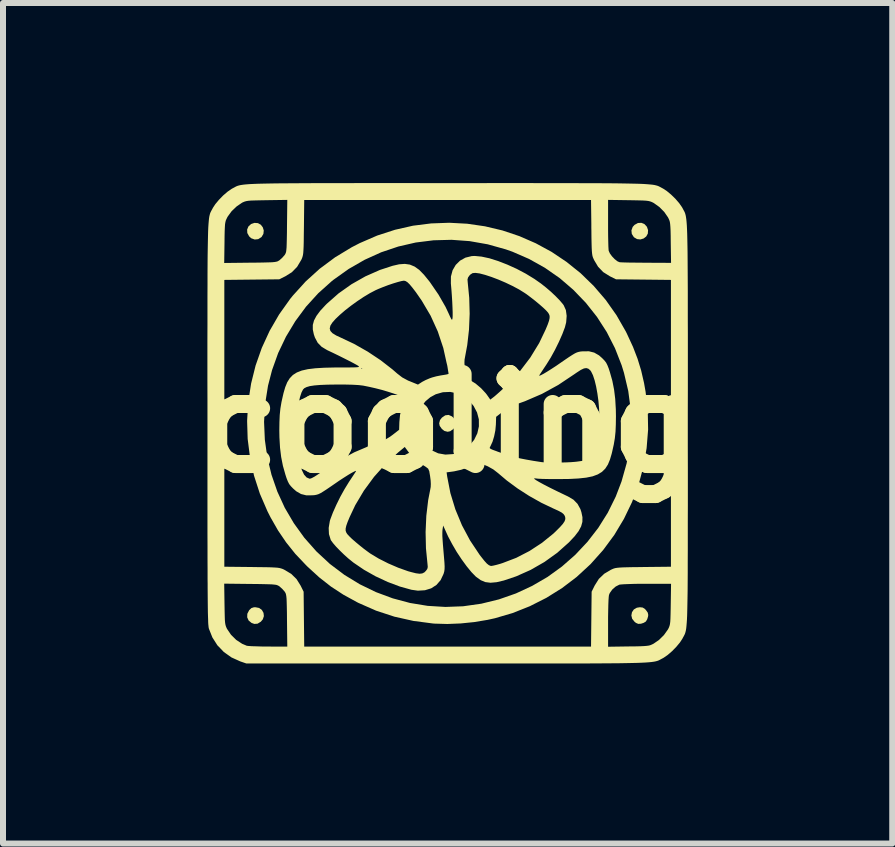
<source format=kicad_pcb>
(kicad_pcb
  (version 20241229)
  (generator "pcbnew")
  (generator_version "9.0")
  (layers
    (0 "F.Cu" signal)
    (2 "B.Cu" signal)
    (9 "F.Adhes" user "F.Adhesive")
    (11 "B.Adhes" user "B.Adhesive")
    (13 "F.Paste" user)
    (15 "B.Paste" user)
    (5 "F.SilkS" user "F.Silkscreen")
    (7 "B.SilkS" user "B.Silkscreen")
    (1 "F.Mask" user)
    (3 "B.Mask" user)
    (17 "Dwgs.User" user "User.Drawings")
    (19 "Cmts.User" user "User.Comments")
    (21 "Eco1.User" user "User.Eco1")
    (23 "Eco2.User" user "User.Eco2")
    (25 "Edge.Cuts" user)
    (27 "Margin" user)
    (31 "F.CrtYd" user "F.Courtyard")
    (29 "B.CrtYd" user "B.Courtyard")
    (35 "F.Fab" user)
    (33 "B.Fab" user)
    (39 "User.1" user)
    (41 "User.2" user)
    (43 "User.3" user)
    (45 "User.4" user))
  (footprint "cooling"
    (layer "F.Cu")
    (at 4.407 4.002)
    (property "Reference" "cooling" (at 0 0 0) (layer "F.SilkS") (effects (font (size 1.5 1.5) (thickness 0.3))))
    (attr board_only exclude_from_pos_files exclude_from_bom)
    (fp_poly (pts (xy -3.16 -3.335) (xy -3.112 -3.308) (xy -3.079 -3.265) (xy -3.063 -3.212) (xy -3.069 -3.156) (xy -3.099 -3.105) (xy -3.102 -3.102) (xy -3.155 -3.068) (xy -3.214 -3.062) (xy -3.272 -3.083) (xy -3.306 -3.114) (xy -3.337 -3.17) (xy -3.34 -3.228) (xy -3.318 -3.28) (xy -3.274 -3.32) (xy -3.218 -3.339)) (stroke (width 0) (type solid)) (fill yes) (layer "F.SilkS"))
    (fp_poly (pts (xy 0.071 -0.116) (xy 0.095 -0.095) (xy 0.132 -0.043) (xy 0.141 0) (xy 0.127 0.054) (xy 0.095 0.095) (xy 0.043 0.132) (xy 0 0.141) (xy -0.054 0.127) (xy -0.095 0.095) (xy -0.132 0.043) (xy -0.141 0) (xy -0.127 -0.054) (xy -0.095 -0.095) (xy -0.04 -0.133) (xy 0.016 -0.14)) (stroke (width 0) (type solid)) (fill yes) (layer "F.SilkS"))
    (fp_poly (pts (xy 3.28 -3.318) (xy 3.32 -3.274) (xy 3.339 -3.218) (xy 3.335 -3.16) (xy 3.308 -3.112) (xy 3.265 -3.079) (xy 3.212 -3.063) (xy 3.156 -3.069) (xy 3.105 -3.099) (xy 3.102 -3.102) (xy 3.068 -3.155) (xy 3.062 -3.214) (xy 3.083 -3.272) (xy 3.114 -3.306) (xy 3.17 -3.337) (xy 3.228 -3.34)) (stroke (width 0) (type solid)) (fill yes) (layer "F.SilkS"))
    (fp_poly (pts (xy -3.14 3.076) (xy -3.094 3.11) (xy -3.067 3.158) (xy -3.061 3.212) (xy -3.079 3.266) (xy -3.112 3.305) (xy -3.166 3.338) (xy -3.22 3.342) (xy -3.267 3.325) (xy -3.315 3.285) (xy -3.339 3.232) (xy -3.337 3.173) (xy -3.307 3.115) (xy -3.305 3.112) (xy -3.269 3.078) (xy -3.228 3.065) (xy -3.202 3.064)) (stroke (width 0) (type solid)) (fill yes) (layer "F.SilkS"))
    (fp_poly (pts (xy 3.249 3.069) (xy 3.285 3.091) (xy 3.306 3.114) (xy 3.334 3.154) (xy 3.342 3.192) (xy 3.339 3.218) (xy 3.325 3.264) (xy 3.303 3.301) (xy 3.302 3.302) (xy 3.266 3.324) (xy 3.22 3.339) (xy 3.218 3.339) (xy 3.175 3.341) (xy 3.138 3.325) (xy 3.114 3.306) (xy 3.074 3.256) (xy 3.061 3.201) (xy 3.071 3.147) (xy 3.102 3.101) (xy 3.152 3.072) (xy 3.202 3.064)) (stroke (width 0) (type solid)) (fill yes) (layer "F.SilkS"))
    (fp_poly (pts (xy 0.326 -3.325) (xy 0.622 -3.282) (xy 0.913 -3.213) (xy 1.196 -3.118) (xy 1.469 -2.999) (xy 1.732 -2.856) (xy 1.981 -2.689) (xy 2.216 -2.5) (xy 2.434 -2.288) (xy 2.634 -2.055) (xy 2.813 -1.801) (xy 2.97 -1.527) (xy 2.994 -1.477) (xy 3.089 -1.271) (xy 3.164 -1.076) (xy 3.224 -0.88) (xy 3.272 -0.672) (xy 3.298 -0.525) (xy 3.334 -0.211) (xy 3.34 0.103) (xy 3.315 0.414) (xy 3.262 0.721) (xy 3.181 1.021) (xy 3.072 1.312) (xy 2.937 1.592) (xy 2.777 1.859) (xy 2.591 2.111) (xy 2.381 2.346) (xy 2.149 2.56) (xy 1.907 2.744) (xy 1.646 2.907) (xy 1.369 3.047) (xy 1.082 3.161) (xy 0.789 3.247) (xy 0.667 3.274) (xy 0.445 3.311) (xy 0.218 3.334) (xy -0.005 3.343) (xy -0.212 3.337) (xy -0.242 3.335) (xy -0.57 3.292) (xy -0.887 3.221) (xy -1.192 3.121) (xy -1.485 2.992) (xy -1.505 2.982) (xy -1.735 2.856) (xy -1.943 2.72) (xy -2.137 2.568) (xy -2.328 2.394) (xy -2.361 2.361) (xy -2.538 2.174) (xy -2.69 1.984) (xy -2.826 1.784) (xy -2.951 1.565) (xy -3.002 1.464) (xy -3.128 1.172) (xy -3.225 0.873) (xy -3.292 0.568) (xy -3.331 0.261) (xy -3.34 -0.025) (xy -3.058 -0.025) (xy -3.045 0.274) (xy -3.004 0.568) (xy -2.934 0.857) (xy -2.837 1.137) (xy -2.713 1.407) (xy -2.562 1.664) (xy -2.387 1.907) (xy -2.186 2.134) (xy -1.962 2.342) (xy -1.721 2.524) (xy -1.464 2.681) (xy -1.194 2.812) (xy -0.914 2.916) (xy -0.626 2.993) (xy -0.333 3.041) (xy -0.037 3.059) (xy 0.258 3.048) (xy 0.258 3.048) (xy 0.561 3.005) (xy 0.855 2.933) (xy 1.138 2.834) (xy 1.409 2.708) (xy 1.665 2.559) (xy 1.904 2.386) (xy 2.126 2.191) (xy 2.329 1.975) (xy 2.51 1.741) (xy 2.668 1.489) (xy 2.801 1.22) (xy 2.897 0.969) (xy 2.982 0.667) (xy 3.036 0.365) (xy 3.058 0.063) (xy 3.049 -0.238) (xy 3.009 -0.539) (xy 2.938 -0.84) (xy 2.899 -0.967) (xy 2.788 -1.251) (xy 2.651 -1.52) (xy 2.488 -1.773) (xy 2.302 -2.008) (xy 2.094 -2.224) (xy 1.867 -2.419) (xy 1.62 -2.591) (xy 1.357 -2.738) (xy 1.079 -2.859) (xy 0.968 -2.898) (xy 0.668 -2.982) (xy 0.367 -3.035) (xy 0.066 -3.057) (xy -0.234 -3.049) (xy -0.531 -3.012) (xy -0.822 -2.945) (xy -1.107 -2.849) (xy -1.383 -2.724) (xy -1.649 -2.571) (xy -1.903 -2.39) (xy -1.933 -2.366) (xy -2.156 -2.166) (xy -2.358 -1.944) (xy -2.537 -1.702) (xy -2.693 -1.443) (xy -2.823 -1.171) (xy -2.925 -0.886) (xy -2.992 -0.627) (xy -3.04 -0.326) (xy -3.058 -0.025) (xy -3.34 -0.025) (xy -3.34 -0.049) (xy -3.321 -0.357) (xy -3.274 -0.662) (xy -3.199 -0.963) (xy -3.096 -1.256) (xy -2.965 -1.541) (xy -2.807 -1.814) (xy -2.622 -2.074) (xy -2.578 -2.128) (xy -2.365 -2.363) (xy -2.131 -2.575) (xy -1.874 -2.766) (xy -1.596 -2.934) (xy -1.464 -3.002) (xy -1.173 -3.128) (xy -0.877 -3.224) (xy -0.577 -3.292) (xy -0.275 -3.33) (xy 0.027 -3.341)) (stroke (width 0) (type solid)) (fill yes) (layer "F.SilkS"))
    (fp_poly (pts (xy -0.893 -4.002) (xy -0.551 -4.002) (xy -0.18 -4.001) (xy 0 -4.001) (xy 0.385 -4.001) (xy 0.739 -4.002) (xy 1.065 -4.002) (xy 1.364 -4.002) (xy 1.636 -4.001) (xy 1.884 -4.001) (xy 2.108 -4.001) (xy 2.309 -4) (xy 2.49 -4) (xy 2.65 -3.999) (xy 2.792 -3.998) (xy 2.917 -3.996) (xy 3.026 -3.994) (xy 3.12 -3.992) (xy 3.2 -3.99) (xy 3.268 -3.987) (xy 3.326 -3.983) (xy 3.373 -3.979) (xy 3.413 -3.975) (xy 3.445 -3.97) (xy 3.471 -3.964) (xy 3.493 -3.958) (xy 3.512 -3.951) (xy 3.528 -3.943) (xy 3.544 -3.935) (xy 3.56 -3.926) (xy 3.578 -3.916) (xy 3.587 -3.912) (xy 3.651 -3.87) (xy 3.723 -3.81) (xy 3.795 -3.74) (xy 3.858 -3.667) (xy 3.904 -3.601) (xy 3.912 -3.587) (xy 3.922 -3.568) (xy 3.931 -3.551) (xy 3.94 -3.535) (xy 3.948 -3.519) (xy 3.955 -3.502) (xy 3.961 -3.482) (xy 3.967 -3.458) (xy 3.972 -3.428) (xy 3.977 -3.392) (xy 3.981 -3.349) (xy 3.985 -3.296) (xy 3.988 -3.233) (xy 3.991 -3.158) (xy 3.993 -3.07) (xy 3.995 -2.969) (xy 3.997 -2.851) (xy 3.998 -2.718) (xy 3.999 -2.566) (xy 4 -2.395) (xy 4.001 -2.203) (xy 4.001 -1.99) (xy 4.001 -1.753) (xy 4.002 -1.492) (xy 4.002 -1.206) (xy 4.002 -0.893) (xy 4.002 -0.551) (xy 4.001 -0.18) (xy 4.001 0) (xy 4.001 0.385) (xy 4.002 0.739) (xy 4.002 1.065) (xy 4.002 1.364) (xy 4.001 1.636) (xy 4.001 1.884) (xy 4.001 2.108) (xy 4 2.309) (xy 4 2.49) (xy 3.999 2.65) (xy 3.998 2.792) (xy 3.996 2.917) (xy 3.994 3.026) (xy 3.992 3.12) (xy 3.99 3.2) (xy 3.987 3.268) (xy 3.983 3.326) (xy 3.979 3.373) (xy 3.975 3.413) (xy 3.97 3.445) (xy 3.964 3.471) (xy 3.958 3.493) (xy 3.951 3.512) (xy 3.943 3.528) (xy 3.935 3.544) (xy 3.926 3.56) (xy 3.916 3.578) (xy 3.912 3.587) (xy 3.87 3.651) (xy 3.81 3.723) (xy 3.74 3.795) (xy 3.667 3.858) (xy 3.601 3.904) (xy 3.587 3.912) (xy 3.568 3.922) (xy 3.551 3.931) (xy 3.535 3.94) (xy 3.519 3.948) (xy 3.502 3.955) (xy 3.482 3.961) (xy 3.458 3.967) (xy 3.429 3.972) (xy 3.393 3.977) (xy 3.349 3.981) (xy 3.296 3.985) (xy 3.233 3.988) (xy 3.159 3.991) (xy 3.071 3.993) (xy 2.97 3.995) (xy 2.853 3.997) (xy 2.719 3.998) (xy 2.567 3.999) (xy 2.396 4) (xy 2.205 4.001) (xy 1.992 4.001) (xy 1.756 4.001) (xy 1.495 4.001) (xy 1.21 4.001) (xy 0.897 4.001) (xy 0.556 4.001) (xy 0.185 4.001) (xy -0.007 4.001) (xy -3.353 4.001) (xy -3.455 3.966) (xy -3.601 3.9) (xy -3.728 3.81) (xy -3.812 3.722) (xy 2.673 3.722) (xy 3.013 3.717) (xy 3.125 3.716) (xy 3.21 3.714) (xy 3.273 3.711) (xy 3.32 3.707) (xy 3.355 3.702) (xy 3.382 3.694) (xy 3.407 3.683) (xy 3.431 3.671) (xy 3.521 3.609) (xy 3.603 3.528) (xy 3.668 3.437) (xy 3.676 3.423) (xy 3.688 3.398) (xy 3.697 3.373) (xy 3.704 3.344) (xy 3.709 3.304) (xy 3.712 3.251) (xy 3.714 3.178) (xy 3.716 3.082) (xy 3.717 3.013) (xy 3.722 2.673) (xy 3.319 2.673) (xy 3.206 2.673) (xy 3.102 2.675) (xy 3.01 2.678) (xy 2.936 2.681) (xy 2.884 2.685) (xy 2.861 2.688) (xy 2.8 2.719) (xy 2.743 2.769) (xy 2.701 2.828) (xy 2.688 2.86) (xy 2.684 2.89) (xy 2.68 2.947) (xy 2.677 3.026) (xy 2.675 3.12) (xy 2.673 3.227) (xy 2.673 3.319) (xy 2.673 3.722) (xy -3.812 3.722) (xy -3.835 3.699) (xy -3.919 3.567) (xy -3.976 3.424) (xy -3.979 3.412) (xy -3.982 3.397) (xy -3.984 3.375) (xy -3.987 3.348) (xy -3.989 3.312) (xy -3.99 3.268) (xy -3.992 3.213) (xy -3.994 3.146) (xy -3.995 3.067) (xy -3.996 2.973) (xy -3.997 2.865) (xy -3.998 2.739) (xy -3.998 2.671) (xy -3.722 2.671) (xy -3.717 3.012) (xy -3.715 3.125) (xy -3.713 3.211) (xy -3.711 3.275) (xy -3.707 3.322) (xy -3.701 3.357) (xy -3.693 3.384) (xy -3.683 3.408) (xy -3.676 3.423) (xy -3.609 3.522) (xy -3.522 3.608) (xy -3.423 3.673) (xy -3.345 3.706) (xy -3.318 3.709) (xy -3.265 3.713) (xy -3.191 3.715) (xy -3.103 3.718) (xy -3.005 3.719) (xy -2.988 3.719) (xy -2.671 3.72) (xy -2.676 3.286) (xy -2.677 3.158) (xy -2.679 3.058) (xy -2.681 2.981) (xy -2.683 2.924) (xy -2.687 2.883) (xy -2.692 2.854) (xy -2.698 2.833) (xy -2.707 2.816) (xy -2.716 2.802) (xy -2.755 2.758) (xy -2.8 2.718) (xy -2.802 2.716) (xy -2.818 2.706) (xy -2.835 2.698) (xy -2.856 2.691) (xy -2.887 2.687) (xy -2.929 2.683) (xy -2.989 2.681) (xy -3.068 2.679) (xy -3.171 2.677) (xy -3.287 2.676) (xy -3.722 2.671) (xy -3.998 2.671) (xy -3.999 2.596) (xy -3.999 2.434) (xy -4 2.252) (xy -4 2.048) (xy -4.001 1.821) (xy -4.001 1.57) (xy -4.001 1.294) (xy -4.001 0.991) (xy -4.001 0.661) (xy -4.001 0.301) (xy -4.001 0) (xy -4.001 -0.385) (xy -4.002 -0.739) (xy -4.002 -1.065) (xy -4.002 -1.364) (xy -4.001 -1.636) (xy -4.001 -1.884) (xy -4.001 -2.108) (xy -4 -2.309) (xy -4 -2.389) (xy -3.72 -2.389) (xy -3.72 0) (xy -3.72 2.389) (xy -3.263 2.394) (xy -3.131 2.396) (xy -3.027 2.397) (xy -2.946 2.399) (xy -2.885 2.402) (xy -2.839 2.405) (xy -2.804 2.41) (xy -2.776 2.417) (xy -2.752 2.425) (xy -2.727 2.436) (xy -2.718 2.441) (xy -2.606 2.508) (xy -2.517 2.595) (xy -2.45 2.702) (xy -2.399 2.805) (xy -2.394 3.263) (xy -2.389 3.72) (xy 0 3.72) (xy 2.389 3.72) (xy 2.394 3.263) (xy 2.399 2.805) (xy 2.45 2.702) (xy 2.519 2.592) (xy 2.609 2.506) (xy 2.718 2.441) (xy 2.744 2.429) (xy 2.768 2.419) (xy 2.793 2.412) (xy 2.825 2.407) (xy 2.867 2.403) (xy 2.923 2.4) (xy 2.996 2.398) (xy 3.092 2.396) (xy 3.213 2.395) (xy 3.263 2.394) (xy 3.72 2.389) (xy 3.72 0) (xy 3.72 -2.389) (xy 3.263 -2.394) (xy 2.805 -2.399) (xy 2.702 -2.45) (xy 2.592 -2.519) (xy 2.506 -2.609) (xy 2.441 -2.718) (xy 2.429 -2.744) (xy 2.419 -2.768) (xy 2.412 -2.793) (xy 2.407 -2.825) (xy 2.403 -2.867) (xy 2.4 -2.923) (xy 2.398 -2.996) (xy 2.396 -3.092) (xy 2.395 -3.213) (xy 2.394 -3.263) (xy 2.394 -3.325) (xy 2.673 -3.325) (xy 2.673 -3.213) (xy 2.674 -3.11) (xy 2.676 -3.019) (xy 2.678 -2.946) (xy 2.681 -2.896) (xy 2.683 -2.875) (xy 2.702 -2.832) (xy 2.738 -2.782) (xy 2.783 -2.735) (xy 2.829 -2.699) (xy 2.863 -2.684) (xy 2.888 -2.682) (xy 2.94 -2.68) (xy 3.014 -2.678) (xy 3.105 -2.677) (xy 3.21 -2.676) (xy 3.311 -2.675) (xy 3.722 -2.673) (xy 3.717 -3.013) (xy 3.716 -3.125) (xy 3.714 -3.21) (xy 3.711 -3.273) (xy 3.707 -3.32) (xy 3.702 -3.355) (xy 3.694 -3.382) (xy 3.683 -3.407) (xy 3.671 -3.431) (xy 3.609 -3.521) (xy 3.528 -3.603) (xy 3.437 -3.668) (xy 3.423 -3.676) (xy 3.398 -3.688) (xy 3.373 -3.697) (xy 3.344 -3.704) (xy 3.304 -3.709) (xy 3.251 -3.712) (xy 3.178 -3.714) (xy 3.082 -3.716) (xy 3.013 -3.717) (xy 2.673 -3.722) (xy 2.673 -3.325) (xy 2.394 -3.325) (xy 2.389 -3.72) (xy 0 -3.72) (xy -2.389 -3.72) (xy -2.394 -3.263) (xy -2.396 -3.131) (xy -2.397 -3.027) (xy -2.399 -2.946) (xy -2.402 -2.885) (xy -2.405 -2.839) (xy -2.41 -2.804) (xy -2.417 -2.776) (xy -2.425 -2.752) (xy -2.436 -2.727) (xy -2.441 -2.718) (xy -2.508 -2.606) (xy -2.595 -2.517) (xy -2.702 -2.45) (xy -2.805 -2.399) (xy -3.263 -2.394) (xy -3.72 -2.389) (xy -4 -2.389) (xy -4 -2.49) (xy -3.999 -2.65) (xy -3.999 -2.671) (xy -3.722 -2.671) (xy -3.287 -2.676) (xy -3.159 -2.677) (xy -3.059 -2.679) (xy -2.982 -2.681) (xy -2.925 -2.683) (xy -2.883 -2.687) (xy -2.854 -2.692) (xy -2.833 -2.698) (xy -2.817 -2.707) (xy -2.802 -2.716) (xy -2.758 -2.755) (xy -2.718 -2.8) (xy -2.716 -2.802) (xy -2.706 -2.818) (xy -2.698 -2.835) (xy -2.691 -2.856) (xy -2.687 -2.887) (xy -2.683 -2.929) (xy -2.681 -2.989) (xy -2.679 -3.068) (xy -2.677 -3.171) (xy -2.676 -3.287) (xy -2.671 -3.722) (xy -3.012 -3.717) (xy -3.125 -3.715) (xy -3.211 -3.713) (xy -3.275 -3.711) (xy -3.322 -3.707) (xy -3.357 -3.701) (xy -3.384 -3.693) (xy -3.408 -3.683) (xy -3.423 -3.676) (xy -3.514 -3.614) (xy -3.598 -3.534) (xy -3.663 -3.445) (xy -3.671 -3.431) (xy -3.684 -3.404) (xy -3.695 -3.38) (xy -3.702 -3.352) (xy -3.708 -3.317) (xy -3.711 -3.269) (xy -3.714 -3.204) (xy -3.716 -3.116) (xy -3.717 -3.012) (xy -3.722 -2.671) (xy -3.999 -2.671) (xy -3.998 -2.792) (xy -3.996 -2.917) (xy -3.994 -3.026) (xy -3.992 -3.12) (xy -3.99 -3.2) (xy -3.987 -3.268) (xy -3.983 -3.326) (xy -3.979 -3.373) (xy -3.975 -3.413) (xy -3.97 -3.445) (xy -3.964 -3.471) (xy -3.958 -3.493) (xy -3.951 -3.512) (xy -3.943 -3.528) (xy -3.935 -3.544) (xy -3.926 -3.56) (xy -3.916 -3.578) (xy -3.912 -3.587) (xy -3.87 -3.651) (xy -3.81 -3.723) (xy -3.74 -3.795) (xy -3.667 -3.858) (xy -3.601 -3.904) (xy -3.587 -3.912) (xy -3.568 -3.922) (xy -3.551 -3.931) (xy -3.535 -3.94) (xy -3.519 -3.948) (xy -3.502 -3.955) (xy -3.482 -3.961) (xy -3.458 -3.967) (xy -3.428 -3.972) (xy -3.392 -3.977) (xy -3.349 -3.981) (xy -3.296 -3.985) (xy -3.233 -3.988) (xy -3.158 -3.991) (xy -3.07 -3.993) (xy -2.969 -3.995) (xy -2.851 -3.997) (xy -2.718 -3.998) (xy -2.566 -3.999) (xy -2.395 -4) (xy -2.203 -4.001) (xy -1.99 -4.001) (xy -1.753 -4.001) (xy -1.492 -4.002) (xy -1.206 -4.002)) (stroke (width 0) (type solid)) (fill yes) (layer "F.SilkS"))
    (fp_poly (pts (xy 0.566 -2.777) (xy 0.697 -2.749) (xy 0.842 -2.703) (xy 0.994 -2.644) (xy 1.149 -2.574) (xy 1.302 -2.493) (xy 1.446 -2.405) (xy 1.557 -2.327) (xy 1.639 -2.262) (xy 1.723 -2.19) (xy 1.801 -2.116) (xy 1.868 -2.047) (xy 1.919 -1.987) (xy 1.934 -1.966) (xy 1.97 -1.886) (xy 1.983 -1.79) (xy 1.975 -1.683) (xy 1.954 -1.6) (xy 1.911 -1.486) (xy 1.854 -1.357) (xy 1.788 -1.223) (xy 1.717 -1.094) (xy 1.646 -0.98) (xy 1.604 -0.917) (xy 1.567 -0.861) (xy 1.54 -0.82) (xy 1.526 -0.798) (xy 1.526 -0.798) (xy 1.529 -0.792) (xy 1.554 -0.802) (xy 1.598 -0.825) (xy 1.657 -0.86) (xy 1.728 -0.905) (xy 1.808 -0.957) (xy 1.857 -0.991) (xy 1.95 -1.055) (xy 2.022 -1.104) (xy 2.078 -1.14) (xy 2.12 -1.165) (xy 2.154 -1.181) (xy 2.184 -1.19) (xy 2.214 -1.196) (xy 2.249 -1.199) (xy 2.249 -1.199) (xy 2.354 -1.2) (xy 2.442 -1.178) (xy 2.522 -1.132) (xy 2.573 -1.087) (xy 2.612 -1.047) (xy 2.64 -1.011) (xy 2.662 -0.968) (xy 2.684 -0.912) (xy 2.703 -0.853) (xy 2.744 -0.708) (xy 2.773 -0.561) (xy 2.792 -0.406) (xy 2.802 -0.233) (xy 2.804 -0.117) (xy 2.802 0.021) (xy 2.797 0.139) (xy 2.786 0.246) (xy 2.768 0.353) (xy 2.742 0.469) (xy 2.733 0.507) (xy 2.704 0.605) (xy 2.67 0.687) (xy 2.626 0.755) (xy 2.571 0.809) (xy 2.502 0.851) (xy 2.416 0.883) (xy 2.309 0.905) (xy 2.18 0.919) (xy 2.026 0.927) (xy 1.852 0.929) (xy 1.75 0.929) (xy 1.656 0.928) (xy 1.575 0.926) (xy 1.512 0.923) (xy 1.474 0.919) (xy 1.469 0.918) (xy 1.443 0.916) (xy 1.444 0.926) (xy 1.473 0.947) (xy 1.527 0.979) (xy 1.606 1.022) (xy 1.709 1.075) (xy 1.835 1.137) (xy 1.983 1.208) (xy 2.006 1.219) (xy 2.097 1.273) (xy 2.164 1.342) (xy 2.212 1.429) (xy 2.229 1.482) (xy 2.246 1.564) (xy 2.245 1.642) (xy 2.224 1.717) (xy 2.182 1.796) (xy 2.116 1.882) (xy 2.025 1.979) (xy 2.018 1.986) (xy 1.826 2.157) (xy 1.613 2.31) (xy 1.383 2.442) (xy 1.143 2.549) (xy 0.935 2.619) (xy 0.815 2.647) (xy 0.714 2.656) (xy 0.628 2.645) (xy 0.551 2.613) (xy 0.478 2.56) (xy 0.469 2.553) (xy 0.396 2.478) (xy 0.316 2.38) (xy 0.233 2.266) (xy 0.151 2.142) (xy 0.076 2.013) (xy 0.009 1.887) (xy -0.016 1.832) (xy -0.074 1.703) (xy -0.084 1.762) (xy -0.087 1.792) (xy -0.088 1.828) (xy -0.088 1.877) (xy -0.084 1.94) (xy -0.078 2.024) (xy -0.069 2.131) (xy -0.06 2.236) (xy -0.053 2.322) (xy -0.05 2.383) (xy -0.051 2.429) (xy -0.056 2.467) (xy -0.066 2.503) (xy -0.069 2.511) (xy -0.117 2.613) (xy -0.187 2.693) (xy -0.274 2.749) (xy -0.378 2.781) (xy -0.496 2.788) (xy -0.602 2.773) (xy -0.796 2.719) (xy -0.998 2.643) (xy -1.2 2.549) (xy -1.393 2.44) (xy -1.568 2.321) (xy -1.588 2.305) (xy -1.656 2.25) (xy -1.727 2.186) (xy -1.796 2.119) (xy -1.859 2.054) (xy -1.909 1.996) (xy -1.942 1.951) (xy -1.948 1.94) (xy -1.977 1.846) (xy -1.981 1.754) (xy -1.699 1.754) (xy -1.699 1.789) (xy -1.689 1.818) (xy -1.673 1.844) (xy -1.643 1.877) (xy -1.595 1.924) (xy -1.532 1.979) (xy -1.462 2.037) (xy -1.391 2.094) (xy -1.323 2.144) (xy -1.29 2.168) (xy -1.149 2.253) (xy -0.989 2.334) (xy -0.822 2.406) (xy -0.659 2.464) (xy -0.612 2.477) (xy -0.529 2.498) (xy -0.468 2.506) (xy -0.423 2.501) (xy -0.387 2.483) (xy -0.362 2.458) (xy -0.339 2.427) (xy -0.331 2.394) (xy -0.335 2.346) (xy -0.361 2.083) (xy -0.367 1.811) (xy -0.355 1.541) (xy -0.324 1.28) (xy -0.291 1.11) (xy -0.282 1.061) (xy -0.28 1.01) (xy -0.283 0.951) (xy -0.293 0.874) (xy -0.303 0.817) (xy -0.017 0.817) (xy -0.007 0.889) (xy 0.046 1.162) (xy 0.129 1.434) (xy 0.239 1.699) (xy 0.374 1.952) (xy 0.532 2.189) (xy 0.559 2.224) (xy 0.613 2.292) (xy 0.654 2.337) (xy 0.687 2.363) (xy 0.715 2.375) (xy 0.73 2.376) (xy 0.759 2.371) (xy 0.81 2.359) (xy 0.875 2.341) (xy 0.918 2.327) (xy 1.143 2.241) (xy 1.364 2.127) (xy 1.572 1.991) (xy 1.761 1.838) (xy 1.8 1.801) (xy 1.871 1.73) (xy 1.92 1.675) (xy 1.949 1.631) (xy 1.961 1.594) (xy 1.958 1.56) (xy 1.948 1.536) (xy 1.931 1.512) (xy 1.902 1.488) (xy 1.855 1.462) (xy 1.786 1.43) (xy 1.759 1.418) (xy 1.56 1.323) (xy 1.359 1.21) (xy 1.165 1.085) (xy 0.986 0.953) (xy 0.842 0.831) (xy 0.761 0.768) (xy 0.668 0.716) (xy 0.624 0.698) (xy 0.494 0.645) (xy 0.423 0.691) (xy 0.333 0.736) (xy 0.225 0.774) (xy 0.108 0.8) (xy 0.073 0.805) (xy -0.017 0.817) (xy -0.303 0.817) (xy -0.305 0.801) (xy -0.324 0.756) (xy -0.364 0.725) (xy -0.458 0.667) (xy -0.551 0.591) (xy -0.63 0.507) (xy -0.647 0.485) (xy -0.714 0.394) (xy -0.825 0.486) (xy -1.035 0.678) (xy -1.226 0.892) (xy -1.395 1.122) (xy -1.539 1.364) (xy -1.632 1.561) (xy -1.667 1.645) (xy -1.689 1.708) (xy -1.699 1.754) (xy -1.981 1.754) (xy -1.981 1.74) (xy -1.962 1.626) (xy -1.954 1.6) (xy -1.911 1.486) (xy -1.854 1.358) (xy -1.788 1.224) (xy -1.717 1.096) (xy -1.647 0.982) (xy -1.646 0.98) (xy -1.604 0.917) (xy -1.567 0.861) (xy -1.54 0.82) (xy -1.526 0.798) (xy -1.526 0.798) (xy -1.529 0.792) (xy -1.554 0.802) (xy -1.598 0.825) (xy -1.657 0.86) (xy -1.728 0.905) (xy -1.808 0.957) (xy -1.857 0.991) (xy -1.95 1.055) (xy -2.022 1.104) (xy -2.078 1.14) (xy -2.12 1.165) (xy -2.154 1.181) (xy -2.184 1.19) (xy -2.214 1.196) (xy -2.249 1.199) (xy -2.249 1.199) (xy -2.354 1.2) (xy -2.442 1.178) (xy -2.522 1.132) (xy -2.573 1.087) (xy -2.612 1.047) (xy -2.64 1.011) (xy -2.662 0.968) (xy -2.684 0.912) (xy -2.703 0.853) (xy -2.744 0.708) (xy -2.773 0.561) (xy -2.792 0.406) (xy -2.802 0.233) (xy -2.804 0.121) (xy -2.529 0.121) (xy -2.527 0.2) (xy -2.521 0.289) (xy -2.512 0.367) (xy -2.489 0.534) (xy -2.461 0.67) (xy -2.429 0.777) (xy -2.392 0.854) (xy -2.349 0.902) (xy -2.302 0.922) (xy -2.291 0.922) (xy -2.264 0.913) (xy -2.219 0.889) (xy -2.163 0.853) (xy -2.108 0.816) (xy -1.835 0.634) (xy -1.555 0.483) (xy -1.267 0.36) (xy -1.195 0.334) (xy -1.102 0.299) (xy -1.028 0.265) (xy -0.963 0.226) (xy -0.916 0.192) (xy -0.808 0.108) (xy -0.804 -0.02) (xy -0.802 -0.042) (xy -0.523 -0.042) (xy -0.519 0.075) (xy -0.487 0.189) (xy -0.428 0.297) (xy -0.368 0.368) (xy -0.267 0.449) (xy -0.157 0.5) (xy -0.038 0.521) (xy 0.088 0.513) (xy 0.199 0.482) (xy 0.274 0.443) (xy 0.327 0.402) (xy 0.702 0.402) (xy 0.703 0.415) (xy 0.719 0.427) (xy 0.755 0.443) (xy 0.816 0.465) (xy 0.825 0.469) (xy 0.93 0.506) (xy 1.024 0.536) (xy 1.114 0.562) (xy 1.206 0.584) (xy 1.308 0.604) (xy 1.428 0.625) (xy 1.563 0.646) (xy 1.613 0.651) (xy 1.687 0.653) (xy 1.776 0.654) (xy 1.873 0.653) (xy 1.97 0.651) (xy 2.058 0.647) (xy 2.131 0.641) (xy 2.149 0.639) (xy 2.244 0.626) (xy 2.313 0.612) (xy 2.362 0.596) (xy 2.395 0.575) (xy 2.418 0.546) (xy 2.427 0.529) (xy 2.448 0.473) (xy 2.469 0.393) (xy 2.488 0.296) (xy 2.505 0.19) (xy 2.518 0.08) (xy 2.526 -0.01) (xy 2.528 -0.125) (xy 2.523 -0.248) (xy 2.512 -0.374) (xy 2.495 -0.497) (xy 2.474 -0.613) (xy 2.449 -0.716) (xy 2.421 -0.801) (xy 2.391 -0.862) (xy 2.375 -0.884) (xy 2.344 -0.91) (xy 2.31 -0.92) (xy 2.27 -0.914) (xy 2.218 -0.889) (xy 2.15 -0.845) (xy 2.108 -0.816) (xy 1.843 -0.639) (xy 1.571 -0.49) (xy 1.288 -0.368) (xy 1.196 -0.335) (xy 1.102 -0.3) (xy 1.029 -0.266) (xy 0.965 -0.227) (xy 0.916 -0.192) (xy 0.808 -0.108) (xy 0.804 0.021) (xy 0.795 0.118) (xy 0.775 0.216) (xy 0.748 0.306) (xy 0.716 0.376) (xy 0.711 0.386) (xy 0.702 0.402) (xy 0.327 0.402) (xy 0.348 0.386) (xy 0.36 0.374) (xy 0.442 0.275) (xy 0.495 0.166) (xy 0.521 0.051) (xy 0.52 -0.067) (xy 0.49 -0.181) (xy 0.433 -0.289) (xy 0.368 -0.368) (xy 0.269 -0.447) (xy 0.159 -0.499) (xy 0.043 -0.523) (xy -0.075 -0.518) (xy -0.09 -0.515) (xy -0.198 -0.484) (xy -0.288 -0.435) (xy -0.368 -0.368) (xy -0.447 -0.268) (xy -0.499 -0.158) (xy -0.523 -0.042) (xy -0.802 -0.042) (xy -0.793 -0.14) (xy -0.764 -0.253) (xy -0.759 -0.266) (xy -0.739 -0.324) (xy -0.724 -0.373) (xy -0.715 -0.403) (xy -0.715 -0.406) (xy -0.727 -0.422) (xy -0.766 -0.444) (xy -0.827 -0.47) (xy -0.905 -0.498) (xy -0.996 -0.527) (xy -1.097 -0.557) (xy -1.202 -0.584) (xy -1.308 -0.608) (xy -1.407 -0.628) (xy -1.481 -0.637) (xy -1.585 -0.643) (xy -1.716 -0.646) (xy -1.852 -0.646) (xy -2.002 -0.644) (xy -2.124 -0.639) (xy -2.22 -0.631) (xy -2.294 -0.62) (xy -2.349 -0.604) (xy -2.387 -0.585) (xy -2.409 -0.563) (xy -2.434 -0.514) (xy -2.459 -0.438) (xy -2.481 -0.341) (xy -2.5 -0.228) (xy -2.516 -0.103) (xy -2.519 -0.063) (xy -2.527 0.037) (xy -2.529 0.121) (xy -2.804 0.121) (xy -2.804 0.117) (xy -2.802 -0.021) (xy -2.797 -0.139) (xy -2.786 -0.246) (xy -2.768 -0.353) (xy -2.742 -0.469) (xy -2.733 -0.507) (xy -2.705 -0.603) (xy -2.672 -0.684) (xy -2.63 -0.751) (xy -2.578 -0.805) (xy -2.512 -0.847) (xy -2.43 -0.879) (xy -2.328 -0.902) (xy -2.228 -0.914) (xy -1.438 -0.914) (xy -1.43 -0.907) (xy -1.422 -0.914) (xy -1.43 -0.922) (xy -1.438 -0.914) (xy -2.228 -0.914) (xy -2.205 -0.917) (xy -2.056 -0.926) (xy -1.881 -0.93) (xy -1.817 -0.93) (xy -1.702 -0.93) (xy -1.615 -0.931) (xy -1.552 -0.932) (xy -1.51 -0.934) (xy -1.487 -0.937) (xy -1.477 -0.942) (xy -1.48 -0.949) (xy -1.489 -0.957) (xy -1.517 -0.974) (xy -1.568 -1.002) (xy -1.639 -1.039) (xy -1.724 -1.082) (xy -1.818 -1.129) (xy -1.917 -1.177) (xy -2.006 -1.219) (xy -2.097 -1.273) (xy -2.164 -1.341) (xy -2.211 -1.429) (xy -2.229 -1.482) (xy -2.246 -1.563) (xy -2.246 -1.58) (xy -1.964 -1.58) (xy -1.953 -1.539) (xy -1.918 -1.501) (xy -1.856 -1.463) (xy -1.787 -1.431) (xy -1.558 -1.323) (xy -1.331 -1.194) (xy -1.116 -1.051) (xy -0.919 -0.898) (xy -0.841 -0.83) (xy -0.757 -0.765) (xy -0.659 -0.712) (xy -0.624 -0.698) (xy -0.494 -0.645) (xy -0.423 -0.691) (xy -0.366 -0.721) (xy -0.298 -0.75) (xy -0.258 -0.764) (xy -0.188 -0.783) (xy -0.113 -0.798) (xy -0.074 -0.804) (xy -0.026 -0.812) (xy 0.007 -0.82) (xy 0.016 -0.826) (xy 0.013 -0.845) (xy 0.006 -0.887) (xy -0.003 -0.944) (xy -0.006 -0.961) (xy -0.018 -1.01) (xy 0.28 -1.01) (xy 0.283 -0.951) (xy 0.293 -0.875) (xy 0.305 -0.801) (xy 0.32 -0.761) (xy 0.353 -0.731) (xy 0.373 -0.72) (xy 0.466 -0.662) (xy 0.557 -0.585) (xy 0.634 -0.502) (xy 0.652 -0.479) (xy 0.711 -0.395) (xy 0.774 -0.443) (xy 0.808 -0.472) (xy 0.859 -0.517) (xy 0.919 -0.572) (xy 0.983 -0.633) (xy 0.998 -0.648) (xy 1.202 -0.865) (xy 1.377 -1.095) (xy 1.525 -1.337) (xy 1.632 -1.561) (xy 1.667 -1.645) (xy 1.689 -1.708) (xy 1.699 -1.754) (xy 1.699 -1.789) (xy 1.689 -1.818) (xy 1.673 -1.844) (xy 1.643 -1.878) (xy 1.594 -1.925) (xy 1.53 -1.981) (xy 1.459 -2.04) (xy 1.386 -2.097) (xy 1.317 -2.149) (xy 1.283 -2.172) (xy 1.19 -2.23) (xy 1.083 -2.287) (xy 0.966 -2.343) (xy 0.847 -2.394) (xy 0.731 -2.438) (xy 0.624 -2.473) (xy 0.532 -2.497) (xy 0.463 -2.506) (xy 0.416 -2.502) (xy 0.381 -2.48) (xy 0.364 -2.463) (xy 0.34 -2.429) (xy 0.331 -2.395) (xy 0.335 -2.347) (xy 0.335 -2.346) (xy 0.36 -2.09) (xy 0.367 -1.825) (xy 0.356 -1.56) (xy 0.327 -1.304) (xy 0.291 -1.11) (xy 0.282 -1.061) (xy 0.28 -1.01) (xy -0.018 -1.01) (xy -0.072 -1.254) (xy -0.164 -1.53) (xy -0.283 -1.792) (xy -0.431 -2.043) (xy -0.528 -2.183) (xy -0.587 -2.26) (xy -0.633 -2.315) (xy -0.669 -2.35) (xy -0.699 -2.369) (xy -0.726 -2.376) (xy -0.73 -2.376) (xy -0.768 -2.37) (xy -0.829 -2.354) (xy -0.905 -2.331) (xy -0.988 -2.303) (xy -1.073 -2.271) (xy -1.152 -2.239) (xy -1.199 -2.218) (xy -1.295 -2.168) (xy -1.398 -2.106) (xy -1.503 -2.036) (xy -1.607 -1.961) (xy -1.705 -1.885) (xy -1.792 -1.81) (xy -1.866 -1.74) (xy -1.92 -1.679) (xy -1.952 -1.629) (xy -1.953 -1.627) (xy -1.964 -1.58) (xy -2.246 -1.58) (xy -2.246 -1.639) (xy -2.226 -1.713) (xy -2.185 -1.79) (xy -2.122 -1.875) (xy -2.034 -1.97) (xy -2.011 -1.993) (xy -1.817 -2.164) (xy -1.601 -2.317) (xy -1.37 -2.448) (xy -1.128 -2.555) (xy -0.917 -2.624) (xy -0.808 -2.649) (xy -0.713 -2.656) (xy -0.629 -2.644) (xy -0.55 -2.611) (xy -0.473 -2.556) (xy -0.394 -2.475) (xy -0.307 -2.368) (xy -0.292 -2.348) (xy -0.152 -2.144) (xy -0.035 -1.94) (xy 0.016 -1.832) (xy 0.043 -1.772) (xy 0.061 -1.737) (xy 0.071 -1.725) (xy 0.077 -1.731) (xy 0.082 -1.753) (xy 0.082 -1.755) (xy 0.084 -1.79) (xy 0.084 -1.851) (xy 0.081 -1.93) (xy 0.077 -2.021) (xy 0.071 -2.119) (xy 0.064 -2.216) (xy 0.056 -2.308) (xy 0.054 -2.331) (xy 0.055 -2.446) (xy 0.083 -2.55) (xy 0.135 -2.639) (xy 0.207 -2.71) (xy 0.297 -2.76) (xy 0.403 -2.786) (xy 0.453 -2.788)) (stroke (width 0) (type solid)) (fill yes) (layer "F.SilkS")))
  (gr_rect
    (start -3 -3)
    (end 11.814 11.003)
    (stroke (width 0.1) (type default))
    (fill no)
    (layer "Edge.Cuts")))
</source>
